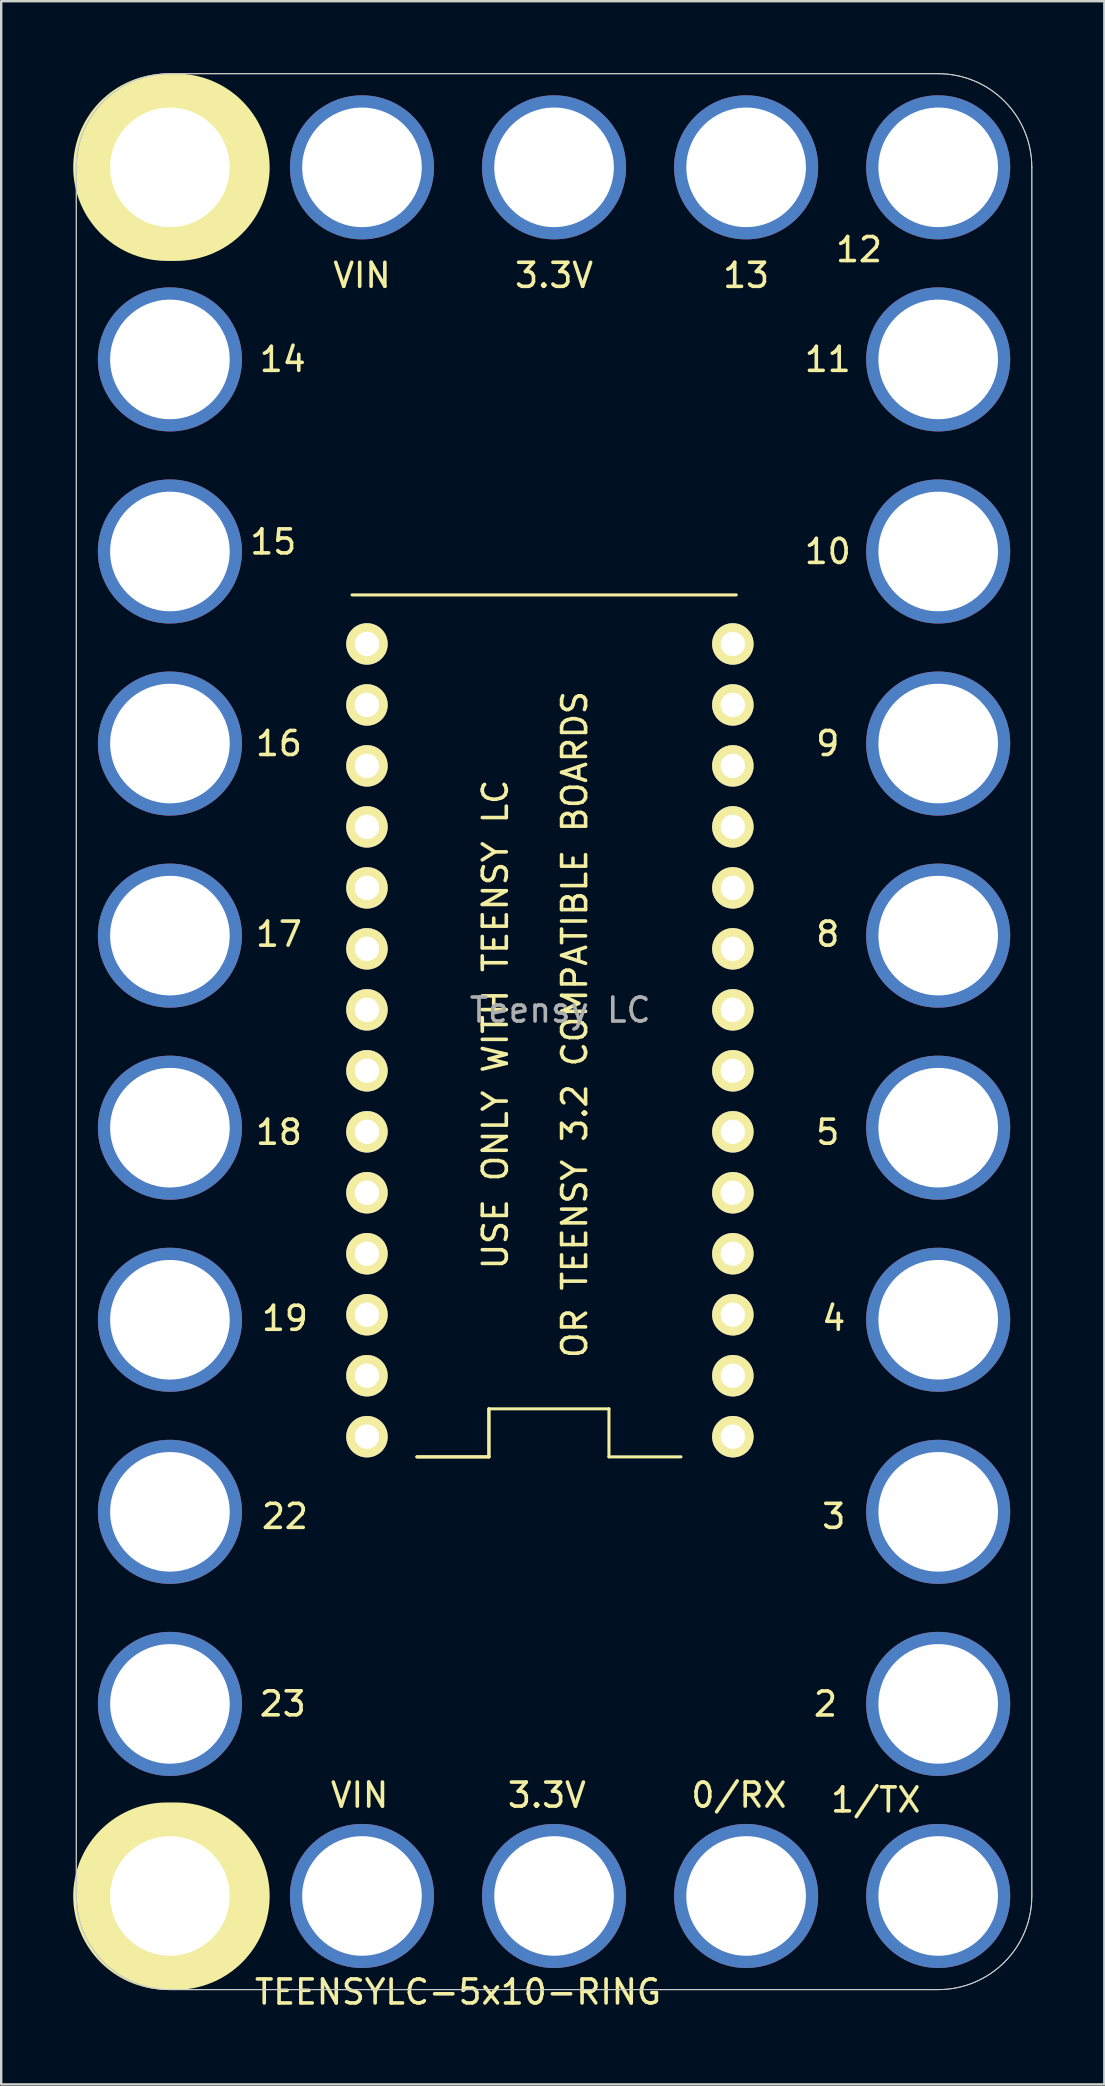
<source format=kicad_pcb>
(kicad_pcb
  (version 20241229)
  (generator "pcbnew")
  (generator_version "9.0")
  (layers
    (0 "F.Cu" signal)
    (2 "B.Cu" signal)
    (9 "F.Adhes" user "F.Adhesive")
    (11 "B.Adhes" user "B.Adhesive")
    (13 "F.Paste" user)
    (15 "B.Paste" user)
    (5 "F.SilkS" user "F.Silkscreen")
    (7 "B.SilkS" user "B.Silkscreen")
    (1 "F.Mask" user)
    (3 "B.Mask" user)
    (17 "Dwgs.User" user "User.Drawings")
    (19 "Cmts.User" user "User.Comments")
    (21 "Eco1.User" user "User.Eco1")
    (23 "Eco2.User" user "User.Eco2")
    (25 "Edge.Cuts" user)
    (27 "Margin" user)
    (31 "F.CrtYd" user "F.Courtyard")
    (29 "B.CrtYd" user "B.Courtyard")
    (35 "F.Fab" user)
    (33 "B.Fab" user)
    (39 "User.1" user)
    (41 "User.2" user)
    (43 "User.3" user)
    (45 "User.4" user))
  (footprint "TEENSYLC-5x10-RING"
    (layer "F.Cu")
    (at 4.027 27.92)
    (property "Reference" "TEENSYLC-5x10-RING" (at 12 52 0) (layer "F.SilkS") (effects (font (size 1 1) (thickness 0.15))))
    (attr through_hole)
    (fp_line (start -0.127 -24.003) (end 0.254 -24.003) (stroke (width 7.8) (type solid)) (layer "F.SilkS"))
    (fp_line (start -0.127 48.006) (end 0.254 48.006) (stroke (width 7.8) (type solid)) (layer "F.SilkS"))
    (fp_line (start 7.587 -6.191) (end 23.587 -6.191) (stroke (width 0.127) (type solid)) (layer "F.SilkS"))
    (fp_line (start 10.287 29.71) (end 13.287 29.71) (stroke (width 0.127) (type solid)) (layer "F.SilkS"))
    (fp_line (start 10.287 29.71) (end 13.287 29.71) (stroke (width 0.127) (type solid)) (layer "F.SilkS"))
    (fp_line (start 13.287 29.71) (end 13.287 27.71) (stroke (width 0.127) (type solid)) (layer "F.SilkS"))
    (fp_line (start 13.287 29.71) (end 13.287 27.71) (stroke (width 0.127) (type solid)) (layer "F.SilkS"))
    (fp_line (start 18.287 27.71) (end 13.287 27.71) (stroke (width 0.127) (type solid)) (layer "F.SilkS"))
    (fp_line (start 18.287 29.71) (end 18.287 27.71) (stroke (width 0.127) (type solid)) (layer "F.SilkS"))
    (fp_line (start 18.287 29.71) (end 21.287 29.71) (stroke (width 0.127) (type solid)) (layer "F.SilkS"))
    (fp_line (start -3.9 -24) (end -3.9 48) (stroke (width 0.041) (type solid)) (layer "Edge.Cuts"))
    (fp_line (start 0 51.9) (end 32 51.9) (stroke (width 0.041) (type solid)) (layer "Edge.Cuts"))
    (fp_line (start 32 -27.9) (end 0 -27.9) (stroke (width 0.041) (type solid)) (layer "Edge.Cuts"))
    (fp_line (start 35.9 48) (end 35.9 -24) (stroke (width 0.041) (type solid)) (layer "Edge.Cuts"))
    (fp_arc (start -3.9 -24) (mid -2.757716 -26.757716) (end 0 -27.9) (stroke (width 0.04064) (type solid)) (layer "Edge.Cuts"))
    (fp_arc (start 0 51.9) (mid -2.755309 50.760122) (end -3.899994 48.006807) (stroke (width 0.04064) (type solid)) (layer "Edge.Cuts"))
    (fp_arc (start 32 -27.9) (mid 34.755309 -26.760122) (end 35.899994 -24.006807) (stroke (width 0.04064) (type solid)) (layer "Edge.Cuts"))
    (fp_arc (start 35.9 48) (mid 34.757716 50.757716) (end 32 51.9) (stroke (width 0.04064) (type solid)) (layer "Edge.Cuts"))
    (fp_line (start -3.9 -24) (end -3.9 48) (stroke (width 0.041) (type solid)) (layer "F.Fab"))
    (fp_line (start 0 51.9) (end 32 51.9) (stroke (width 0.041) (type solid)) (layer "F.Fab"))
    (fp_line (start 32 -27.9) (end 0 -27.9) (stroke (width 0.041) (type solid)) (layer "F.Fab"))
    (fp_line (start 35.9 48) (end 35.9 -24) (stroke (width 0.041) (type solid)) (layer "F.Fab"))
    (fp_arc (start -3.9 -24) (mid -2.757716 -26.757716) (end 0 -27.9) (stroke (width 0.04064) (type solid)) (layer "F.Fab"))
    (fp_arc (start 0 51.9) (mid -2.755309 50.760122) (end -3.899994 48.006807) (stroke (width 0.04064) (type solid)) (layer "F.Fab"))
    (fp_arc (start 32 -27.9) (mid 34.755309 -26.760122) (end 35.899994 -24.006807) (stroke (width 0.04064) (type solid)) (layer "F.Fab"))
    (fp_arc (start 35.9 48) (mid 34.757716 50.757716) (end 32 51.9) (stroke (width 0.04064) (type solid)) (layer "F.Fab"))
    (fp_text user "9" (at 27.4 0 0) (layer "F.SilkS") (effects (font (size 1 1) (thickness 0.15))))
    (fp_text user "0/RX" (at 23.7 43.8 0) (layer "F.SilkS") (effects (font (size 1 1) (thickness 0.15))))
    (fp_text user "4" (at 27.65 23.94 0) (layer "F.SilkS") (effects (font (size 1 1) (thickness 0.15))))
    (fp_text user "14" (at 4.7 -16 0) (layer "F.SilkS") (effects (font (size 1 1) (thickness 0.15))))
    (fp_text user "5" (at 27.4 16.19 0) (layer "F.SilkS") (effects (font (size 1 1) (thickness 0.15))))
    (fp_text user "VIN" (at 8 -19.5 0) (layer "F.SilkS") (effects (font (size 1 1) (thickness 0.15))))
    (fp_text user "8" (at 27.4 7.94 0) (layer "F.SilkS") (effects (font (size 1 1) (thickness 0.15))))
    (fp_text user "USE ONLY WITH TEENSY LC" (at 13.556 11.701 90) (layer "F.SilkS") (effects (font (size 1 1) (thickness 0.15))))
    (fp_text user "1/TX" (at 29.4 44 0) (layer "F.SilkS") (effects (font (size 1 1) (thickness 0.15))))
    (fp_text user "VIN" (at 7.9 43.8 0) (layer "F.SilkS") (effects (font (size 1 1) (thickness 0.15))))
    (fp_text user "23" (at 4.7 40 0) (layer "F.SilkS") (effects (font (size 1 1) (thickness 0.15))))
    (fp_text user "11" (at 27.4 -16 0) (layer "F.SilkS") (effects (font (size 1 1) (thickness 0.15))))
    (fp_text user "3.3V" (at 15.7 43.8 0) (layer "F.SilkS") (effects (font (size 1 1) (thickness 0.15))))
    (fp_text user "19" (at 4.79 23.94 0) (layer "F.SilkS") (effects (font (size 1 1) (thickness 0.15))))
    (fp_text user "18" (at 4.54 16.19 0) (layer "F.SilkS") (effects (font (size 1 1) (thickness 0.15))))
    (fp_text user "13" (at 24 -19.5 0) (layer "F.SilkS") (effects (font (size 1 1) (thickness 0.15))))
    (fp_text user "3.3V" (at 16 -19.5 0) (layer "F.SilkS") (effects (font (size 1 1) (thickness 0.15))))
    (fp_text user "12" (at 28.702 -20.574 0) (layer "F.SilkS") (effects (font (size 1 1) (thickness 0.15))))
    (fp_text user "2" (at 27.305 40.005 0) (layer "F.SilkS") (effects (font (size 1 1) (thickness 0.15))))
    (fp_text user "16" (at 4.54 0 180) (layer "F.SilkS") (effects (font (size 1 1) (thickness 0.15))))
    (fp_text user "22" (at 4.79 32.19 0) (layer "F.SilkS") (effects (font (size 1 1) (thickness 0.15))))
    (fp_text user "3" (at 27.65 32.19 0) (layer "F.SilkS") (effects (font (size 1 1) (thickness 0.15))))
    (fp_text user "10" (at 27.4 -8 0) (layer "F.SilkS") (effects (font (size 1 1) (thickness 0.15))))
    (fp_text user "17" (at 4.54 7.94 0) (layer "F.SilkS") (effects (font (size 1 1) (thickness 0.15))))
    (fp_text user "15" (at 4.304 -8.398 0) (layer "F.SilkS") (effects (font (size 1 1) (thickness 0.15))))
    (fp_text user "OR TEENSY 3.2 COMPATIBLE BOARDS" (at 16.858 11.701 90) (layer "F.SilkS") (effects (font (size 1 1) (thickness 0.15))))
    (fp_text user "Teensy LC" (at 16.256 11.101 0) (layer "F.Fab") (effects (font (size 1 1) (thickness 0.15))))
    (pad "0" thru_hole circle (at 23.447 26.331 180) (size 1.727 1.727) (drill 1.016) (layers "*.Cu" "*.Mask" "F.SilkS"))
    (pad "0/RX" thru_hole circle (at 24 48 90) (size 6 6) (drill 4.98) (layers "*.Cu" "*.Mask"))
    (pad "1" thru_hole circle (at 23.447 23.791 180) (size 1.727 1.727) (drill 1.016) (layers "*.Cu" "*.Mask" "F.SilkS"))
    (pad "1/TX" thru_hole circle (at 32 48 90) (size 6 6) (drill 4.98) (layers "*.Cu" "*.Mask"))
    (pad "2" thru_hole circle (at 23.447 21.25 180) (size 1.727 1.727) (drill 1.016) (layers "*.Cu" "*.Mask" "F.SilkS"))
    (pad "2" thru_hole circle (at 32 40 90) (size 6 6) (drill 4.98) (layers "*.Cu" "*.Mask"))
    (pad "3" thru_hole circle (at 23.447 18.71 180) (size 1.727 1.727) (drill 1.016) (layers "*.Cu" "*.Mask" "F.SilkS"))
    (pad "3" thru_hole circle (at 32 32 90) (size 6 6) (drill 4.98) (layers "*.Cu" "*.Mask"))
    (pad "3.3V" thru_hole circle (at 8.207 23.791 180) (size 1.727 1.727) (drill 1.016) (layers "*.Cu" "*.Mask" "F.SilkS"))
    (pad "3.3V" thru_hole circle (at 16 -24 90) (size 6 6) (drill 4.98) (layers "*.Cu" "*.Mask"))
    (pad "3.3V" thru_hole circle (at 16 48 90) (size 6 6) (drill 4.98) (layers "*.Cu" "*.Mask"))
    (pad "4" thru_hole circle (at 23.447 16.171 180) (size 1.727 1.727) (drill 1.016) (layers "*.Cu" "*.Mask" "F.SilkS"))
    (pad "4" thru_hole circle (at 32 24 90) (size 6 6) (drill 4.98) (layers "*.Cu" "*.Mask"))
    (pad "5" thru_hole circle (at 23.447 13.63 180) (size 1.727 1.727) (drill 1.016) (layers "*.Cu" "*.Mask" "F.SilkS"))
    (pad "5" thru_hole circle (at 32 16 90) (size 6 6) (drill 4.98) (layers "*.Cu" "*.Mask"))
    (pad "6" thru_hole circle (at 23.447 11.091 180) (size 1.727 1.727) (drill 1.016) (layers "*.Cu" "*.Mask" "F.SilkS"))
    (pad "7" thru_hole circle (at 23.447 8.55 180) (size 1.727 1.727) (drill 1.016) (layers "*.Cu" "*.Mask" "F.SilkS"))
    (pad "8" thru_hole circle (at 23.447 6.011 180) (size 1.727 1.727) (drill 1.016) (layers "*.Cu" "*.Mask" "F.SilkS"))
    (pad "8" thru_hole circle (at 32 8 90) (size 6 6) (drill 4.98) (layers "*.Cu" "*.Mask"))
    (pad "9" thru_hole circle (at 23.447 3.47 180) (size 1.727 1.727) (drill 1.016) (layers "*.Cu" "*.Mask" "F.SilkS"))
    (pad "9" thru_hole circle (at 32 0 90) (size 6 6) (drill 4.98) (layers "*.Cu" "*.Mask"))
    (pad "10" thru_hole circle (at 23.447 0.93 180) (size 1.727 1.727) (drill 1.016) (layers "*.Cu" "*.Mask" "F.SilkS"))
    (pad "10" thru_hole circle (at 32 -8 90) (size 6 6) (drill 4.98) (layers "*.Cu" "*.Mask"))
    (pad "11" thru_hole circle (at 23.447 -1.609 180) (size 1.727 1.727) (drill 1.016) (layers "*.Cu" "*.Mask" "F.SilkS"))
    (pad "11" thru_hole circle (at 32 -16 90) (size 6 6) (drill 4.98) (layers "*.Cu" "*.Mask"))
    (pad "12" thru_hole circle (at 23.447 -4.149 180) (size 1.727 1.727) (drill 1.016) (layers "*.Cu" "*.Mask" "F.SilkS"))
    (pad "12" thru_hole circle (at 32 -24 90) (size 6 6) (drill 4.98) (layers "*.Cu" "*.Mask"))
    (pad "13" thru_hole circle (at 8.207 -4.149 180) (size 1.727 1.727) (drill 1.016) (layers "*.Cu" "*.Mask" "F.SilkS"))
    (pad "13" thru_hole circle (at 24 -24 90) (size 6 6) (drill 4.98) (layers "*.Cu" "*.Mask"))
    (pad "14" thru_hole circle (at 0 -16 90) (size 6 6) (drill 4.98) (layers "*.Cu" "*.Mask"))
    (pad "14" thru_hole circle (at 8.207 -1.609 180) (size 1.727 1.727) (drill 1.016) (layers "*.Cu" "*.Mask" "F.SilkS"))
    (pad "15" thru_hole circle (at 0 -8 90) (size 6 6) (drill 4.98) (layers "*.Cu" "*.Mask"))
    (pad "15" thru_hole circle (at 8.207 0.93 180) (size 1.727 1.727) (drill 1.016) (layers "*.Cu" "*.Mask" "F.SilkS"))
    (pad "16" thru_hole circle (at 0.001 0 90) (size 6 6) (drill 4.98) (layers "*.Cu" "*.Mask"))
    (pad "16" thru_hole circle (at 8.207 3.47 180) (size 1.727 1.727) (drill 1.016) (layers "*.Cu" "*.Mask" "F.SilkS"))
    (pad "17" thru_hole circle (at 0 8 90) (size 6 6) (drill 4.98) (layers "*.Cu" "*.Mask"))
    (pad "17" thru_hole circle (at 8.207 6.011 180) (size 1.727 1.727) (drill 1.016) (layers "*.Cu" "*.Mask" "F.SilkS"))
    (pad "18" thru_hole circle (at 0.001 16 90) (size 6 6) (drill 4.98) (layers "*.Cu" "*.Mask"))
    (pad "18" thru_hole circle (at 8.207 8.55 180) (size 1.727 1.727) (drill 1.016) (layers "*.Cu" "*.Mask" "F.SilkS"))
    (pad "19" thru_hole circle (at 0.001 24 90) (size 6 6) (drill 4.98) (layers "*.Cu" "*.Mask"))
    (pad "19" thru_hole circle (at 8.207 11.091 180) (size 1.727 1.727) (drill 1.016) (layers "*.Cu" "*.Mask" "F.SilkS"))
    (pad "20" thru_hole circle (at 8.207 13.63 180) (size 1.727 1.727) (drill 1.016) (layers "*.Cu" "*.Mask" "F.SilkS"))
    (pad "21" thru_hole circle (at 8.207 16.171 180) (size 1.727 1.727) (drill 1.016) (layers "*.Cu" "*.Mask" "F.SilkS"))
    (pad "22" thru_hole circle (at 0.001 32 90) (size 6 6) (drill 4.98) (layers "*.Cu" "*.Mask"))
    (pad "22" thru_hole circle (at 8.207 18.71 180) (size 1.727 1.727) (drill 1.016) (layers "*.Cu" "*.Mask" "F.SilkS"))
    (pad "23" thru_hole circle (at 0.001 40 90) (size 6 6) (drill 4.98) (layers "*.Cu" "*.Mask"))
    (pad "23" thru_hole circle (at 8.207 21.25 180) (size 1.727 1.727) (drill 1.016) (layers "*.Cu" "*.Mask" "F.SilkS"))
    (pad "G3" thru_hole circle (at 8.207 26.331 180) (size 1.727 1.727) (drill 1.016) (layers "*.Cu" "*.Mask" "F.SilkS"))
    (pad "GND" thru_hole circle (at 0.001 -24 90) (size 6 6) (drill 4.98) (layers "*.Cu" "*.Mask"))
    (pad "GND" thru_hole circle (at 0.001 48 90) (size 6 6) (drill 4.98) (layers "*.Cu" "*.Mask"))
    (pad "GND" thru_hole circle (at 23.447 28.87 180) (size 1.727 1.727) (drill 1.016) (layers "*.Cu" "*.Mask" "F.SilkS"))
    (pad "VIN" thru_hole circle (at 8 -24 90) (size 6 6) (drill 4.98) (layers "*.Cu" "*.Mask"))
    (pad "VIN" thru_hole circle (at 8 48 90) (size 6 6) (drill 4.98) (layers "*.Cu" "*.Mask"))
    (pad "VIN" thru_hole circle (at 8.207 28.87 180) (size 1.727 1.727) (drill 1.016) (layers "*.Cu" "*.Mask" "F.SilkS")))
  (gr_rect
    (start -3 -3)
    (end 42.947 83.769)
    (stroke (width 0.1) (type default))
    (fill no)
    (layer "Edge.Cuts")))
</source>
